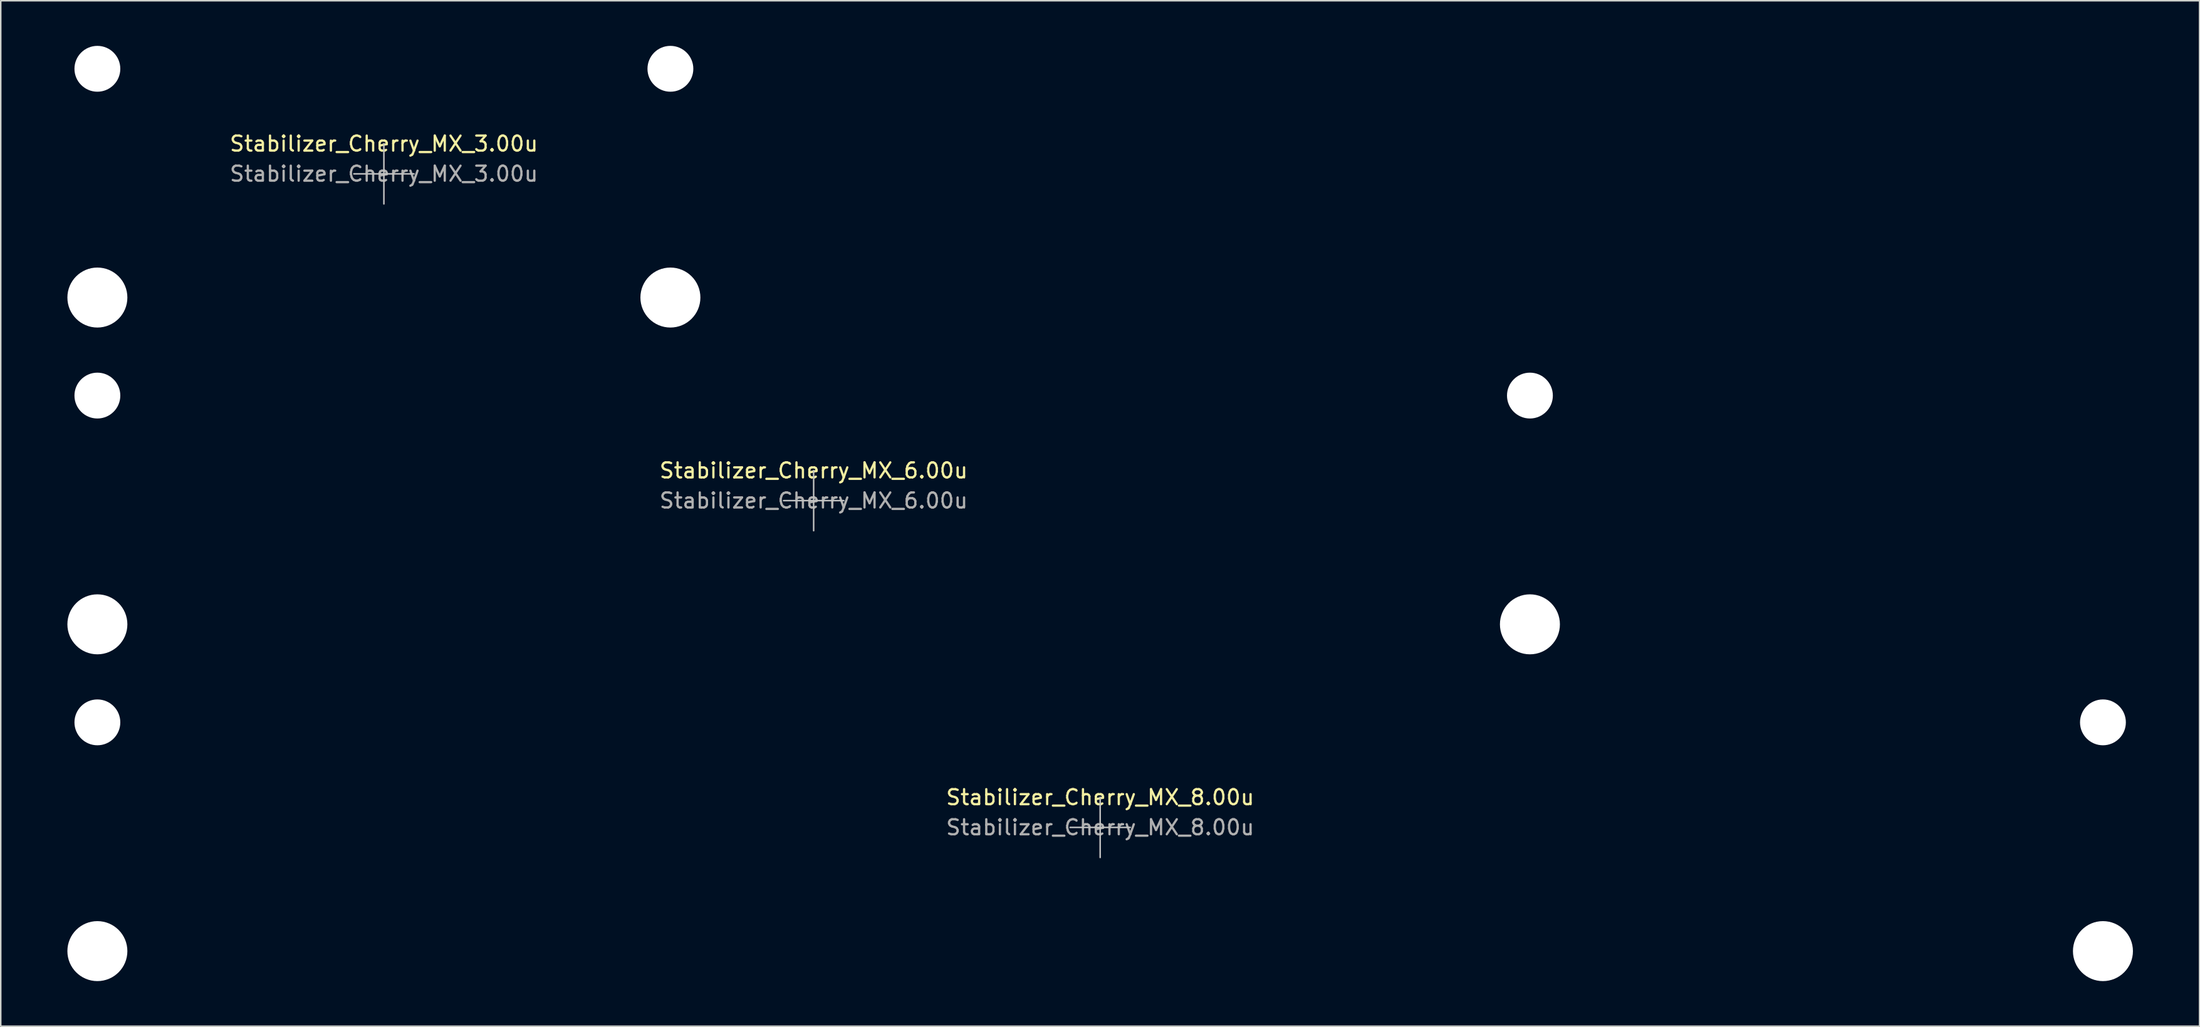
<source format=kicad_pcb>
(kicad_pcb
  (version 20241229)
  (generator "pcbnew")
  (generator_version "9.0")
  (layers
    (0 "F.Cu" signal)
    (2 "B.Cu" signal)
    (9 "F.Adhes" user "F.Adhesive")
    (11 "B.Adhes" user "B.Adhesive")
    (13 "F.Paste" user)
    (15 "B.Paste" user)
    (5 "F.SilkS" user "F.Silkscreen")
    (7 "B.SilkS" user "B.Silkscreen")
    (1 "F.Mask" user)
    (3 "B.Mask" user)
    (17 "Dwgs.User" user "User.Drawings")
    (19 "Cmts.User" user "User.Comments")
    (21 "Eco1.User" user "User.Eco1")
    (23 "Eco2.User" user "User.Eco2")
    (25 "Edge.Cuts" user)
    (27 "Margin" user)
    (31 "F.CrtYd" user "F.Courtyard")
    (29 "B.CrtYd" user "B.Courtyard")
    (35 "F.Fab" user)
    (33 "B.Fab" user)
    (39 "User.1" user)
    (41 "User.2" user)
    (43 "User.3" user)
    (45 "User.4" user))
  (footprint "Stabilizer_Cherry_MX_3.00u"
    (layer "F.Cu")
    (at 22.475 8.509)
    (property "Reference" "Stabilizer_Cherry_MX_3.00u" (at 0 -2 0) (layer "F.SilkS") (effects (font (size 1 1) (thickness 0.15))))
    (attr exclude_from_pos_files exclude_from_bom)
    (fp_line (start -2 0) (end 2 0) (stroke (width 0.1) (type solid)) (layer "Dwgs.User"))
    (fp_line (start 0 2) (end 0 -2) (stroke (width 0.1) (type solid)) (layer "Dwgs.User"))
    (fp_line (start -22.425 -5.53) (end -22.425 6.77) (stroke (width 0.1) (type solid)) (layer "Eco1.User"))
    (fp_line (start -22.425 6.77) (end -15.675 6.77) (stroke (width 0.1) (type solid)) (layer "Eco1.User"))
    (fp_line (start -15.675 -5.53) (end -22.425 -5.53) (stroke (width 0.1) (type solid)) (layer "Eco1.User"))
    (fp_line (start -15.675 6.77) (end -15.675 -5.53) (stroke (width 0.1) (type solid)) (layer "Eco1.User"))
    (fp_line (start 15.675 -5.53) (end 15.675 6.77) (stroke (width 0.1) (type solid)) (layer "Eco1.User"))
    (fp_line (start 15.675 6.77) (end 22.425 6.77) (stroke (width 0.1) (type solid)) (layer "Eco1.User"))
    (fp_line (start 22.425 -5.53) (end 15.675 -5.53) (stroke (width 0.1) (type solid)) (layer "Eco1.User"))
    (fp_line (start 22.425 6.77) (end 22.425 -5.53) (stroke (width 0.1) (type solid)) (layer "Eco1.User"))
    (fp_text user "${REFERENCE}" (at 0 0 0) (layer "F.Fab") (effects (font (size 1 1) (thickness 0.15))))
    (pad "" np_thru_hole circle (at -19.05 -6.985) (size 3.048 3.048) (drill 3.048) (layers "*.Cu" "*.Mask"))
    (pad "" np_thru_hole circle (at -19.05 8.225) (size 3.988 3.988) (drill 3.988) (layers "*.Cu" "*.Mask"))
    (pad "" np_thru_hole circle (at 19.05 -6.985) (size 3.048 3.048) (drill 3.048) (layers "*.Cu" "*.Mask"))
    (pad "" np_thru_hole circle (at 19.05 8.225) (size 3.988 3.988) (drill 3.988) (layers "*.Cu" "*.Mask")))
  (footprint "Stabilizer_Cherry_MX_8.00u"
    (layer "F.Cu")
    (at 70.1 51.965)
    (property "Reference" "Stabilizer_Cherry_MX_8.00u" (at 0 -2 0) (layer "F.SilkS") (effects (font (size 1 1) (thickness 0.15))))
    (attr exclude_from_pos_files exclude_from_bom)
    (fp_line (start -2 0) (end 2 0) (stroke (width 0.1) (type solid)) (layer "Dwgs.User"))
    (fp_line (start 0 2) (end 0 -2) (stroke (width 0.1) (type solid)) (layer "Dwgs.User"))
    (fp_line (start -70.05 -5.53) (end -70.05 6.77) (stroke (width 0.1) (type solid)) (layer "Eco1.User"))
    (fp_line (start -70.05 6.77) (end -63.3 6.77) (stroke (width 0.1) (type solid)) (layer "Eco1.User"))
    (fp_line (start -63.3 -5.53) (end -70.05 -5.53) (stroke (width 0.1) (type solid)) (layer "Eco1.User"))
    (fp_line (start -63.3 6.77) (end -63.3 -5.53) (stroke (width 0.1) (type solid)) (layer "Eco1.User"))
    (fp_line (start 63.3 -5.53) (end 63.3 6.77) (stroke (width 0.1) (type solid)) (layer "Eco1.User"))
    (fp_line (start 63.3 6.77) (end 70.05 6.77) (stroke (width 0.1) (type solid)) (layer "Eco1.User"))
    (fp_line (start 70.05 -5.53) (end 63.3 -5.53) (stroke (width 0.1) (type solid)) (layer "Eco1.User"))
    (fp_line (start 70.05 6.77) (end 70.05 -5.53) (stroke (width 0.1) (type solid)) (layer "Eco1.User"))
    (fp_text user "${REFERENCE}" (at 0 0 0) (layer "F.Fab") (effects (font (size 1 1) (thickness 0.15))))
    (pad "" np_thru_hole circle (at -66.675 -6.985) (size 3.048 3.048) (drill 3.048) (layers "*.Cu" "*.Mask"))
    (pad "" np_thru_hole circle (at -66.675 8.225) (size 3.988 3.988) (drill 3.988) (layers "*.Cu" "*.Mask"))
    (pad "" np_thru_hole circle (at 66.675 -6.985) (size 3.048 3.048) (drill 3.048) (layers "*.Cu" "*.Mask"))
    (pad "" np_thru_hole circle (at 66.675 8.225) (size 3.988 3.988) (drill 3.988) (layers "*.Cu" "*.Mask")))
  (footprint "Stabilizer_Cherry_MX_6.00u"
    (layer "F.Cu")
    (at 51.05 30.237)
    (property "Reference" "Stabilizer_Cherry_MX_6.00u" (at 0 -2 0) (layer "F.SilkS") (effects (font (size 1 1) (thickness 0.15))))
    (attr exclude_from_pos_files exclude_from_bom)
    (fp_line (start -2 0) (end 2 0) (stroke (width 0.1) (type solid)) (layer "Dwgs.User"))
    (fp_line (start 0 2) (end 0 -2) (stroke (width 0.1) (type solid)) (layer "Dwgs.User"))
    (fp_line (start -51 -5.53) (end -51 6.77) (stroke (width 0.1) (type solid)) (layer "Eco1.User"))
    (fp_line (start -51 6.77) (end -44.25 6.77) (stroke (width 0.1) (type solid)) (layer "Eco1.User"))
    (fp_line (start -44.25 -5.53) (end -51 -5.53) (stroke (width 0.1) (type solid)) (layer "Eco1.User"))
    (fp_line (start -44.25 6.77) (end -44.25 -5.53) (stroke (width 0.1) (type solid)) (layer "Eco1.User"))
    (fp_line (start 44.25 -5.53) (end 44.25 6.77) (stroke (width 0.1) (type solid)) (layer "Eco1.User"))
    (fp_line (start 44.25 6.77) (end 51 6.77) (stroke (width 0.1) (type solid)) (layer "Eco1.User"))
    (fp_line (start 51 -5.53) (end 44.25 -5.53) (stroke (width 0.1) (type solid)) (layer "Eco1.User"))
    (fp_line (start 51 6.77) (end 51 -5.53) (stroke (width 0.1) (type solid)) (layer "Eco1.User"))
    (fp_text user "${REFERENCE}" (at 0 0 0) (layer "F.Fab") (effects (font (size 1 1) (thickness 0.15))))
    (pad "" np_thru_hole circle (at -47.625 -6.985) (size 3.048 3.048) (drill 3.048) (layers "*.Cu" "*.Mask"))
    (pad "" np_thru_hole circle (at -47.625 8.225) (size 3.988 3.988) (drill 3.988) (layers "*.Cu" "*.Mask"))
    (pad "" np_thru_hole circle (at 47.625 -6.985) (size 3.048 3.048) (drill 3.048) (layers "*.Cu" "*.Mask"))
    (pad "" np_thru_hole circle (at 47.625 8.225) (size 3.988 3.988) (drill 3.988) (layers "*.Cu" "*.Mask")))
  (gr_rect
    (start -3 -3)
    (end 143.2 65.184)
    (stroke (width 0.1) (type default))
    (fill no)
    (layer "Edge.Cuts")))
</source>
